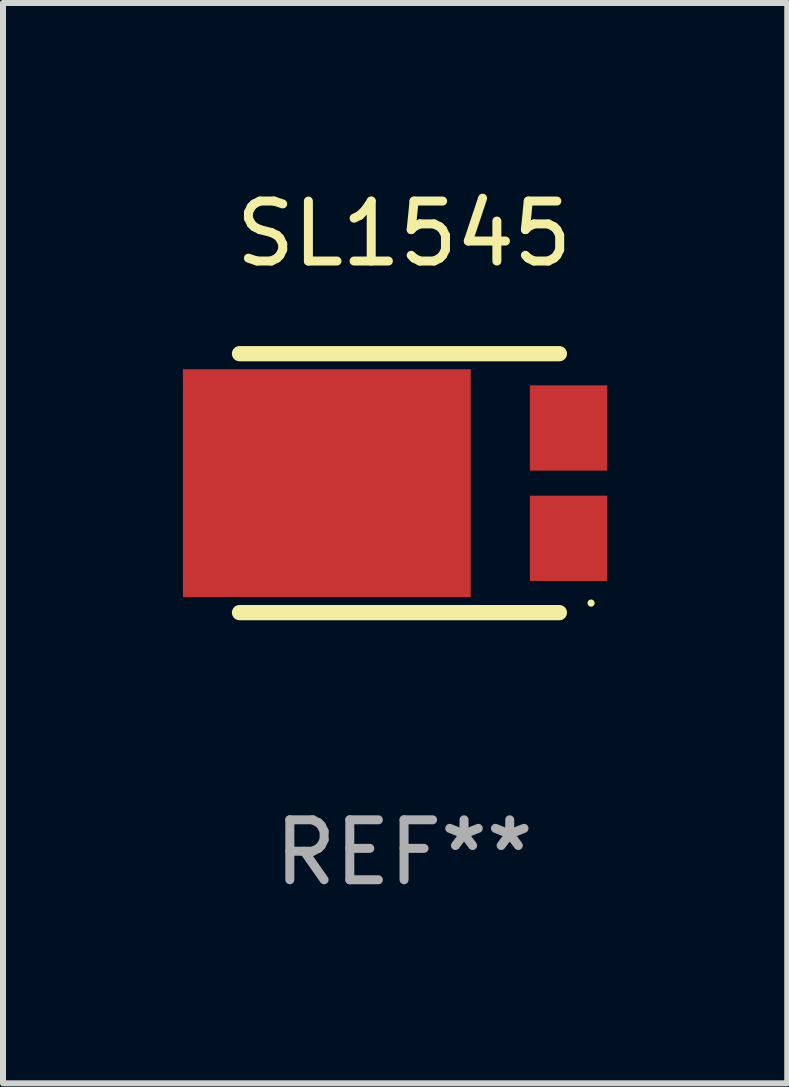
<source format=kicad_pcb>
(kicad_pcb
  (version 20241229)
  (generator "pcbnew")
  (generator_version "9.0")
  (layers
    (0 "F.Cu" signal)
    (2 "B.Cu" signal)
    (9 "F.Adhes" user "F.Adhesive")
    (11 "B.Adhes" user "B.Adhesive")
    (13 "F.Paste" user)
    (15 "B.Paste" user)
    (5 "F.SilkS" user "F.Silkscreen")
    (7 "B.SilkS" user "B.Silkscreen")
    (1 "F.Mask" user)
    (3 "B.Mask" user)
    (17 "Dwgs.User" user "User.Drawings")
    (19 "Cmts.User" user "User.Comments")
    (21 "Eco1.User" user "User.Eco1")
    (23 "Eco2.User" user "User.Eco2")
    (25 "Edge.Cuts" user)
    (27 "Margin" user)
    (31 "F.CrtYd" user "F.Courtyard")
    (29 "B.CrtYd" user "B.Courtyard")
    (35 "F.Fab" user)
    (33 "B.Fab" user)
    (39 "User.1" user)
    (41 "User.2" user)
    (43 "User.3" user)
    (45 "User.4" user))
  (footprint "SL1545"
    (layer "F.Cu")
    (at 3.688 5.007)
    (property "Reference" "SL1545" (at 0 -4.159 0) (layer "F.SilkS") (effects (font (size 1 1) (thickness 0.15))))
    (attr through_hole)
    (fp_line (start -2.744 2.159) (end 2.59 2.159) (stroke (width 0.254) (type solid)) (layer "F.SilkS"))
    (fp_line (start 2.59 -2.159) (end -2.744 -2.159) (stroke (width 0.254) (type solid)) (layer "F.SilkS"))
    (fp_circle (center 3.119 2) (end 3.149 2) (stroke (width 0.06) (type solid)) (fill no) (layer "F.SilkS"))
    (fp_text user "REF**" (at 0 6.159 0) (layer "F.Fab") (effects (font (size 1 1) (thickness 0.15))))
    (pad "1" smd rect (at 2.744 0.92) (size 1.29 1.422) (layers "F.Cu" "F.Mask" "F.Paste"))
    (pad "2" smd rect (at -1.288 0 90) (size 3.8 4.8) (layers "F.Cu" "F.Mask" "F.Paste"))
    (pad "3" smd rect (at 2.744 -0.92) (size 1.29 1.422) (layers "F.Cu" "F.Mask" "F.Paste")))
  (gr_rect
    (start -3 -3)
    (end 10.078 15.015)
    (stroke (width 0.1) (type default))
    (fill no)
    (layer "Edge.Cuts")))
</source>
